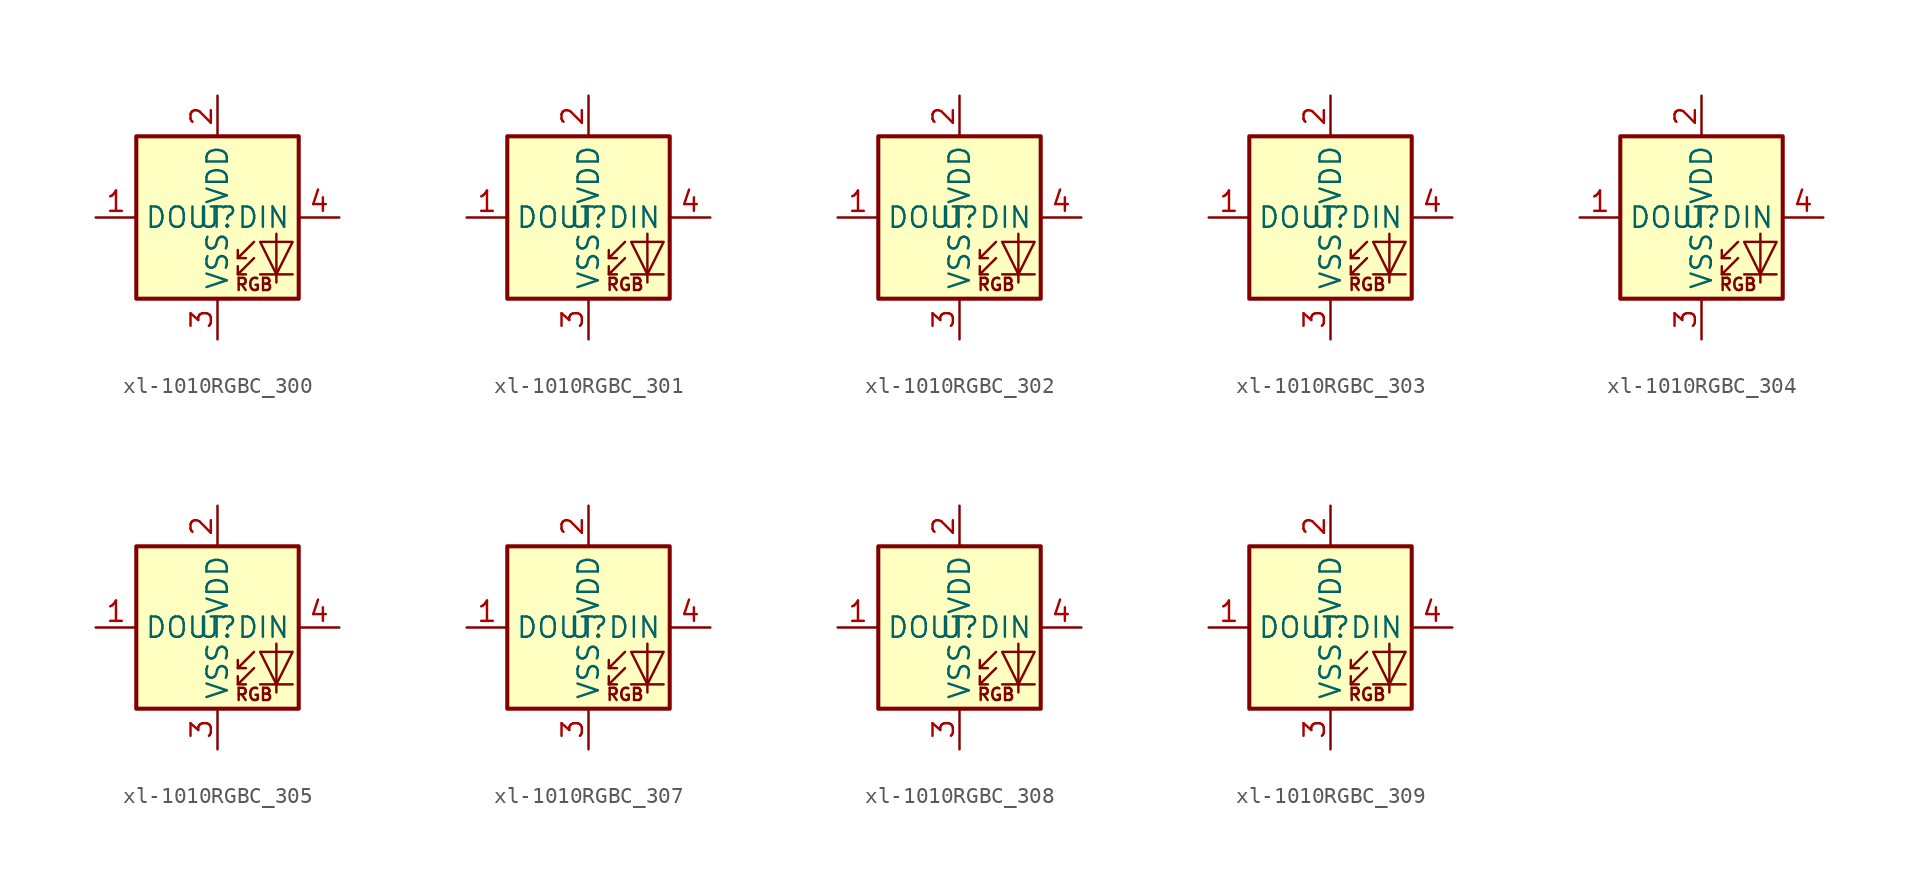
<source format=kicad_sym>
(kicad_symbol_lib
  (version 20231120)
  (generator "kicad_symbol_editor")
  (generator_version "8.0")
  (symbol "xl-1010RGBC_300"
    (property "Reference" "U"
      (at 0 0 0)
      (effects (font (size 1.27 1.27))))
    (property "Value" ""
      (at 0 0 0)
      (effects (font (size 1.27 1.27))))
    (symbol "xl-1010RGBC_300_0_0"
      (text "RGB" (at 2.286 -4.191 0) (effects (font (size 0.762 0.762)))))
    (symbol "xl-1010RGBC_300_0_1"
      (polyline (pts (xy 1.27 -3.556) (xy 1.778 -3.556)) (stroke (width 0) (type default)) (fill (type none)))
      (polyline (pts (xy 1.27 -2.54) (xy 1.778 -2.54)) (stroke (width 0) (type default)) (fill (type none)))
      (polyline (pts (xy 4.699 -3.556) (xy 2.667 -3.556)) (stroke (width 0) (type default)) (fill (type none)))
      (polyline (pts (xy 2.286 -2.54) (xy 1.27 -3.556) (xy 1.27 -3.048)) (stroke (width 0) (type default)) (fill (type none)))
      (polyline (pts (xy 2.286 -1.524) (xy 1.27 -2.54) (xy 1.27 -2.032)) (stroke (width 0) (type default)) (fill (type none)))
      (polyline (pts (xy 3.683 -1.016) (xy 3.683 -3.556) (xy 3.683 -4.064)) (stroke (width 0) (type default)) (fill (type none)))
      (polyline (pts (xy 4.699 -1.524) (xy 2.667 -1.524) (xy 3.683 -3.556) (xy 4.699 -1.524)) (stroke (width 0) (type default)) (fill (type none)))
      (rectangle (start 5.08 5.08) (end -5.08 -5.08) (stroke (width 0.254) (type default)) (fill (type background))))
    (symbol "xl-1010RGBC_300_1_1"
      (pin output line (at -7.62 0 0) (length 2.54) (name "DOUT" (effects (font (size 1.27 1.27)))) (number "1" (effects (font (size 1.27 1.27)))))
      (pin power_in line (at 0 7.62 270) (length 2.54) (name "VDD" (effects (font (size 1.27 1.27)))) (number "2" (effects (font (size 1.27 1.27)))))
      (pin power_in line (at 0 -7.62 90) (length 2.54) (name "VSS" (effects (font (size 1.27 1.27)))) (number "3" (effects (font (size 1.27 1.27)))))
      (pin input line (at 7.62 0 180) (length 2.54) (name "DIN" (effects (font (size 1.27 1.27)))) (number "4" (effects (font (size 1.27 1.27)))))))
  (symbol "xl-1010RGBC_301"
    (property "Reference" "U"
      (at 0 0 0)
      (effects (font (size 1.27 1.27))))
    (property "Value" ""
      (at 0 0 0)
      (effects (font (size 1.27 1.27))))
    (symbol "xl-1010RGBC_301_0_0"
      (text "RGB" (at 2.286 -4.191 0) (effects (font (size 0.762 0.762)))))
    (symbol "xl-1010RGBC_301_0_1"
      (polyline (pts (xy 1.27 -3.556) (xy 1.778 -3.556)) (stroke (width 0) (type default)) (fill (type none)))
      (polyline (pts (xy 1.27 -2.54) (xy 1.778 -2.54)) (stroke (width 0) (type default)) (fill (type none)))
      (polyline (pts (xy 4.699 -3.556) (xy 2.667 -3.556)) (stroke (width 0) (type default)) (fill (type none)))
      (polyline (pts (xy 2.286 -2.54) (xy 1.27 -3.556) (xy 1.27 -3.048)) (stroke (width 0) (type default)) (fill (type none)))
      (polyline (pts (xy 2.286 -1.524) (xy 1.27 -2.54) (xy 1.27 -2.032)) (stroke (width 0) (type default)) (fill (type none)))
      (polyline (pts (xy 3.683 -1.016) (xy 3.683 -3.556) (xy 3.683 -4.064)) (stroke (width 0) (type default)) (fill (type none)))
      (polyline (pts (xy 4.699 -1.524) (xy 2.667 -1.524) (xy 3.683 -3.556) (xy 4.699 -1.524)) (stroke (width 0) (type default)) (fill (type none)))
      (rectangle (start 5.08 5.08) (end -5.08 -5.08) (stroke (width 0.254) (type default)) (fill (type background))))
    (symbol "xl-1010RGBC_301_1_1"
      (pin output line (at -7.62 0 0) (length 2.54) (name "DOUT" (effects (font (size 1.27 1.27)))) (number "1" (effects (font (size 1.27 1.27)))))
      (pin power_in line (at 0 7.62 270) (length 2.54) (name "VDD" (effects (font (size 1.27 1.27)))) (number "2" (effects (font (size 1.27 1.27)))))
      (pin power_in line (at 0 -7.62 90) (length 2.54) (name "VSS" (effects (font (size 1.27 1.27)))) (number "3" (effects (font (size 1.27 1.27)))))
      (pin input line (at 7.62 0 180) (length 2.54) (name "DIN" (effects (font (size 1.27 1.27)))) (number "4" (effects (font (size 1.27 1.27)))))))
  (symbol "xl-1010RGBC_302"
    (property "Reference" "U"
      (at 0 0 0)
      (effects (font (size 1.27 1.27))))
    (property "Value" ""
      (at 0 0 0)
      (effects (font (size 1.27 1.27))))
    (symbol "xl-1010RGBC_302_0_0"
      (text "RGB" (at 2.286 -4.191 0) (effects (font (size 0.762 0.762)))))
    (symbol "xl-1010RGBC_302_0_1"
      (polyline (pts (xy 1.27 -3.556) (xy 1.778 -3.556)) (stroke (width 0) (type default)) (fill (type none)))
      (polyline (pts (xy 1.27 -2.54) (xy 1.778 -2.54)) (stroke (width 0) (type default)) (fill (type none)))
      (polyline (pts (xy 4.699 -3.556) (xy 2.667 -3.556)) (stroke (width 0) (type default)) (fill (type none)))
      (polyline (pts (xy 2.286 -2.54) (xy 1.27 -3.556) (xy 1.27 -3.048)) (stroke (width 0) (type default)) (fill (type none)))
      (polyline (pts (xy 2.286 -1.524) (xy 1.27 -2.54) (xy 1.27 -2.032)) (stroke (width 0) (type default)) (fill (type none)))
      (polyline (pts (xy 3.683 -1.016) (xy 3.683 -3.556) (xy 3.683 -4.064)) (stroke (width 0) (type default)) (fill (type none)))
      (polyline (pts (xy 4.699 -1.524) (xy 2.667 -1.524) (xy 3.683 -3.556) (xy 4.699 -1.524)) (stroke (width 0) (type default)) (fill (type none)))
      (rectangle (start 5.08 5.08) (end -5.08 -5.08) (stroke (width 0.254) (type default)) (fill (type background))))
    (symbol "xl-1010RGBC_302_1_1"
      (pin output line (at -7.62 0 0) (length 2.54) (name "DOUT" (effects (font (size 1.27 1.27)))) (number "1" (effects (font (size 1.27 1.27)))))
      (pin power_in line (at 0 7.62 270) (length 2.54) (name "VDD" (effects (font (size 1.27 1.27)))) (number "2" (effects (font (size 1.27 1.27)))))
      (pin power_in line (at 0 -7.62 90) (length 2.54) (name "VSS" (effects (font (size 1.27 1.27)))) (number "3" (effects (font (size 1.27 1.27)))))
      (pin input line (at 7.62 0 180) (length 2.54) (name "DIN" (effects (font (size 1.27 1.27)))) (number "4" (effects (font (size 1.27 1.27)))))))
  (symbol "xl-1010RGBC_303"
    (property "Reference" "U"
      (at 0 0 0)
      (effects (font (size 1.27 1.27))))
    (property "Value" ""
      (at 0 0 0)
      (effects (font (size 1.27 1.27))))
    (symbol "xl-1010RGBC_303_0_0"
      (text "RGB" (at 2.286 -4.191 0) (effects (font (size 0.762 0.762)))))
    (symbol "xl-1010RGBC_303_0_1"
      (polyline (pts (xy 1.27 -3.556) (xy 1.778 -3.556)) (stroke (width 0) (type default)) (fill (type none)))
      (polyline (pts (xy 1.27 -2.54) (xy 1.778 -2.54)) (stroke (width 0) (type default)) (fill (type none)))
      (polyline (pts (xy 4.699 -3.556) (xy 2.667 -3.556)) (stroke (width 0) (type default)) (fill (type none)))
      (polyline (pts (xy 2.286 -2.54) (xy 1.27 -3.556) (xy 1.27 -3.048)) (stroke (width 0) (type default)) (fill (type none)))
      (polyline (pts (xy 2.286 -1.524) (xy 1.27 -2.54) (xy 1.27 -2.032)) (stroke (width 0) (type default)) (fill (type none)))
      (polyline (pts (xy 3.683 -1.016) (xy 3.683 -3.556) (xy 3.683 -4.064)) (stroke (width 0) (type default)) (fill (type none)))
      (polyline (pts (xy 4.699 -1.524) (xy 2.667 -1.524) (xy 3.683 -3.556) (xy 4.699 -1.524)) (stroke (width 0) (type default)) (fill (type none)))
      (rectangle (start 5.08 5.08) (end -5.08 -5.08) (stroke (width 0.254) (type default)) (fill (type background))))
    (symbol "xl-1010RGBC_303_1_1"
      (pin output line (at -7.62 0 0) (length 2.54) (name "DOUT" (effects (font (size 1.27 1.27)))) (number "1" (effects (font (size 1.27 1.27)))))
      (pin power_in line (at 0 7.62 270) (length 2.54) (name "VDD" (effects (font (size 1.27 1.27)))) (number "2" (effects (font (size 1.27 1.27)))))
      (pin power_in line (at 0 -7.62 90) (length 2.54) (name "VSS" (effects (font (size 1.27 1.27)))) (number "3" (effects (font (size 1.27 1.27)))))
      (pin input line (at 7.62 0 180) (length 2.54) (name "DIN" (effects (font (size 1.27 1.27)))) (number "4" (effects (font (size 1.27 1.27)))))))
  (symbol "xl-1010RGBC_304"
    (property "Reference" "U"
      (at 0 0 0)
      (effects (font (size 1.27 1.27))))
    (property "Value" ""
      (at 0 0 0)
      (effects (font (size 1.27 1.27))))
    (symbol "xl-1010RGBC_304_0_0"
      (text "RGB" (at 2.286 -4.191 0) (effects (font (size 0.762 0.762)))))
    (symbol "xl-1010RGBC_304_0_1"
      (polyline (pts (xy 1.27 -3.556) (xy 1.778 -3.556)) (stroke (width 0) (type default)) (fill (type none)))
      (polyline (pts (xy 1.27 -2.54) (xy 1.778 -2.54)) (stroke (width 0) (type default)) (fill (type none)))
      (polyline (pts (xy 4.699 -3.556) (xy 2.667 -3.556)) (stroke (width 0) (type default)) (fill (type none)))
      (polyline (pts (xy 2.286 -2.54) (xy 1.27 -3.556) (xy 1.27 -3.048)) (stroke (width 0) (type default)) (fill (type none)))
      (polyline (pts (xy 2.286 -1.524) (xy 1.27 -2.54) (xy 1.27 -2.032)) (stroke (width 0) (type default)) (fill (type none)))
      (polyline (pts (xy 3.683 -1.016) (xy 3.683 -3.556) (xy 3.683 -4.064)) (stroke (width 0) (type default)) (fill (type none)))
      (polyline (pts (xy 4.699 -1.524) (xy 2.667 -1.524) (xy 3.683 -3.556) (xy 4.699 -1.524)) (stroke (width 0) (type default)) (fill (type none)))
      (rectangle (start 5.08 5.08) (end -5.08 -5.08) (stroke (width 0.254) (type default)) (fill (type background))))
    (symbol "xl-1010RGBC_304_1_1"
      (pin output line (at -7.62 0 0) (length 2.54) (name "DOUT" (effects (font (size 1.27 1.27)))) (number "1" (effects (font (size 1.27 1.27)))))
      (pin power_in line (at 0 7.62 270) (length 2.54) (name "VDD" (effects (font (size 1.27 1.27)))) (number "2" (effects (font (size 1.27 1.27)))))
      (pin power_in line (at 0 -7.62 90) (length 2.54) (name "VSS" (effects (font (size 1.27 1.27)))) (number "3" (effects (font (size 1.27 1.27)))))
      (pin input line (at 7.62 0 180) (length 2.54) (name "DIN" (effects (font (size 1.27 1.27)))) (number "4" (effects (font (size 1.27 1.27)))))))
  (symbol "xl-1010RGBC_305"
    (property "Reference" "U"
      (at 0 0 0)
      (effects (font (size 1.27 1.27))))
    (property "Value" ""
      (at 0 0 0)
      (effects (font (size 1.27 1.27))))
    (symbol "xl-1010RGBC_305_0_0"
      (text "RGB" (at 2.286 -4.191 0) (effects (font (size 0.762 0.762)))))
    (symbol "xl-1010RGBC_305_0_1"
      (polyline (pts (xy 1.27 -3.556) (xy 1.778 -3.556)) (stroke (width 0) (type default)) (fill (type none)))
      (polyline (pts (xy 1.27 -2.54) (xy 1.778 -2.54)) (stroke (width 0) (type default)) (fill (type none)))
      (polyline (pts (xy 4.699 -3.556) (xy 2.667 -3.556)) (stroke (width 0) (type default)) (fill (type none)))
      (polyline (pts (xy 2.286 -2.54) (xy 1.27 -3.556) (xy 1.27 -3.048)) (stroke (width 0) (type default)) (fill (type none)))
      (polyline (pts (xy 2.286 -1.524) (xy 1.27 -2.54) (xy 1.27 -2.032)) (stroke (width 0) (type default)) (fill (type none)))
      (polyline (pts (xy 3.683 -1.016) (xy 3.683 -3.556) (xy 3.683 -4.064)) (stroke (width 0) (type default)) (fill (type none)))
      (polyline (pts (xy 4.699 -1.524) (xy 2.667 -1.524) (xy 3.683 -3.556) (xy 4.699 -1.524)) (stroke (width 0) (type default)) (fill (type none)))
      (rectangle (start 5.08 5.08) (end -5.08 -5.08) (stroke (width 0.254) (type default)) (fill (type background))))
    (symbol "xl-1010RGBC_305_1_1"
      (pin output line (at -7.62 0 0) (length 2.54) (name "DOUT" (effects (font (size 1.27 1.27)))) (number "1" (effects (font (size 1.27 1.27)))))
      (pin power_in line (at 0 7.62 270) (length 2.54) (name "VDD" (effects (font (size 1.27 1.27)))) (number "2" (effects (font (size 1.27 1.27)))))
      (pin power_in line (at 0 -7.62 90) (length 2.54) (name "VSS" (effects (font (size 1.27 1.27)))) (number "3" (effects (font (size 1.27 1.27)))))
      (pin input line (at 7.62 0 180) (length 2.54) (name "DIN" (effects (font (size 1.27 1.27)))) (number "4" (effects (font (size 1.27 1.27)))))))
  (symbol "xl-1010RGBC_307"
    (property "Reference" "U"
      (at 0 0 0)
      (effects (font (size 1.27 1.27))))
    (property "Value" ""
      (at 0 0 0)
      (effects (font (size 1.27 1.27))))
    (symbol "xl-1010RGBC_307_0_0"
      (text "RGB" (at 2.286 -4.191 0) (effects (font (size 0.762 0.762)))))
    (symbol "xl-1010RGBC_307_0_1"
      (polyline (pts (xy 1.27 -3.556) (xy 1.778 -3.556)) (stroke (width 0) (type default)) (fill (type none)))
      (polyline (pts (xy 1.27 -2.54) (xy 1.778 -2.54)) (stroke (width 0) (type default)) (fill (type none)))
      (polyline (pts (xy 4.699 -3.556) (xy 2.667 -3.556)) (stroke (width 0) (type default)) (fill (type none)))
      (polyline (pts (xy 2.286 -2.54) (xy 1.27 -3.556) (xy 1.27 -3.048)) (stroke (width 0) (type default)) (fill (type none)))
      (polyline (pts (xy 2.286 -1.524) (xy 1.27 -2.54) (xy 1.27 -2.032)) (stroke (width 0) (type default)) (fill (type none)))
      (polyline (pts (xy 3.683 -1.016) (xy 3.683 -3.556) (xy 3.683 -4.064)) (stroke (width 0) (type default)) (fill (type none)))
      (polyline (pts (xy 4.699 -1.524) (xy 2.667 -1.524) (xy 3.683 -3.556) (xy 4.699 -1.524)) (stroke (width 0) (type default)) (fill (type none)))
      (rectangle (start 5.08 5.08) (end -5.08 -5.08) (stroke (width 0.254) (type default)) (fill (type background))))
    (symbol "xl-1010RGBC_307_1_1"
      (pin output line (at -7.62 0 0) (length 2.54) (name "DOUT" (effects (font (size 1.27 1.27)))) (number "1" (effects (font (size 1.27 1.27)))))
      (pin power_in line (at 0 7.62 270) (length 2.54) (name "VDD" (effects (font (size 1.27 1.27)))) (number "2" (effects (font (size 1.27 1.27)))))
      (pin power_in line (at 0 -7.62 90) (length 2.54) (name "VSS" (effects (font (size 1.27 1.27)))) (number "3" (effects (font (size 1.27 1.27)))))
      (pin input line (at 7.62 0 180) (length 2.54) (name "DIN" (effects (font (size 1.27 1.27)))) (number "4" (effects (font (size 1.27 1.27)))))))
  (symbol "xl-1010RGBC_308"
    (property "Reference" "U"
      (at 0 0 0)
      (effects (font (size 1.27 1.27))))
    (property "Value" ""
      (at 0 0 0)
      (effects (font (size 1.27 1.27))))
    (symbol "xl-1010RGBC_308_0_0"
      (text "RGB" (at 2.286 -4.191 0) (effects (font (size 0.762 0.762)))))
    (symbol "xl-1010RGBC_308_0_1"
      (polyline (pts (xy 1.27 -3.556) (xy 1.778 -3.556)) (stroke (width 0) (type default)) (fill (type none)))
      (polyline (pts (xy 1.27 -2.54) (xy 1.778 -2.54)) (stroke (width 0) (type default)) (fill (type none)))
      (polyline (pts (xy 4.699 -3.556) (xy 2.667 -3.556)) (stroke (width 0) (type default)) (fill (type none)))
      (polyline (pts (xy 2.286 -2.54) (xy 1.27 -3.556) (xy 1.27 -3.048)) (stroke (width 0) (type default)) (fill (type none)))
      (polyline (pts (xy 2.286 -1.524) (xy 1.27 -2.54) (xy 1.27 -2.032)) (stroke (width 0) (type default)) (fill (type none)))
      (polyline (pts (xy 3.683 -1.016) (xy 3.683 -3.556) (xy 3.683 -4.064)) (stroke (width 0) (type default)) (fill (type none)))
      (polyline (pts (xy 4.699 -1.524) (xy 2.667 -1.524) (xy 3.683 -3.556) (xy 4.699 -1.524)) (stroke (width 0) (type default)) (fill (type none)))
      (rectangle (start 5.08 5.08) (end -5.08 -5.08) (stroke (width 0.254) (type default)) (fill (type background))))
    (symbol "xl-1010RGBC_308_1_1"
      (pin output line (at -7.62 0 0) (length 2.54) (name "DOUT" (effects (font (size 1.27 1.27)))) (number "1" (effects (font (size 1.27 1.27)))))
      (pin power_in line (at 0 7.62 270) (length 2.54) (name "VDD" (effects (font (size 1.27 1.27)))) (number "2" (effects (font (size 1.27 1.27)))))
      (pin power_in line (at 0 -7.62 90) (length 2.54) (name "VSS" (effects (font (size 1.27 1.27)))) (number "3" (effects (font (size 1.27 1.27)))))
      (pin input line (at 7.62 0 180) (length 2.54) (name "DIN" (effects (font (size 1.27 1.27)))) (number "4" (effects (font (size 1.27 1.27)))))))
  (symbol "xl-1010RGBC_309"
    (property "Reference" "U"
      (at 0 0 0)
      (effects (font (size 1.27 1.27))))
    (property "Value" ""
      (at 0 0 0)
      (effects (font (size 1.27 1.27))))
    (symbol "xl-1010RGBC_309_0_0"
      (text "RGB" (at 2.286 -4.191 0) (effects (font (size 0.762 0.762)))))
    (symbol "xl-1010RGBC_309_0_1"
      (polyline (pts (xy 1.27 -3.556) (xy 1.778 -3.556)) (stroke (width 0) (type default)) (fill (type none)))
      (polyline (pts (xy 1.27 -2.54) (xy 1.778 -2.54)) (stroke (width 0) (type default)) (fill (type none)))
      (polyline (pts (xy 4.699 -3.556) (xy 2.667 -3.556)) (stroke (width 0) (type default)) (fill (type none)))
      (polyline (pts (xy 2.286 -2.54) (xy 1.27 -3.556) (xy 1.27 -3.048)) (stroke (width 0) (type default)) (fill (type none)))
      (polyline (pts (xy 2.286 -1.524) (xy 1.27 -2.54) (xy 1.27 -2.032)) (stroke (width 0) (type default)) (fill (type none)))
      (polyline (pts (xy 3.683 -1.016) (xy 3.683 -3.556) (xy 3.683 -4.064)) (stroke (width 0) (type default)) (fill (type none)))
      (polyline (pts (xy 4.699 -1.524) (xy 2.667 -1.524) (xy 3.683 -3.556) (xy 4.699 -1.524)) (stroke (width 0) (type default)) (fill (type none)))
      (rectangle (start 5.08 5.08) (end -5.08 -5.08) (stroke (width 0.254) (type default)) (fill (type background))))
    (symbol "xl-1010RGBC_309_1_1"
      (pin output line (at -7.62 0 0) (length 2.54) (name "DOUT" (effects (font (size 1.27 1.27)))) (number "1" (effects (font (size 1.27 1.27)))))
      (pin power_in line (at 0 7.62 270) (length 2.54) (name "VDD" (effects (font (size 1.27 1.27)))) (number "2" (effects (font (size 1.27 1.27)))))
      (pin power_in line (at 0 -7.62 90) (length 2.54) (name "VSS" (effects (font (size 1.27 1.27)))) (number "3" (effects (font (size 1.27 1.27)))))
      (pin input line (at 7.62 0 180) (length 2.54) (name "DIN" (effects (font (size 1.27 1.27)))) (number "4" (effects (font (size 1.27 1.27))))))))
</source>
